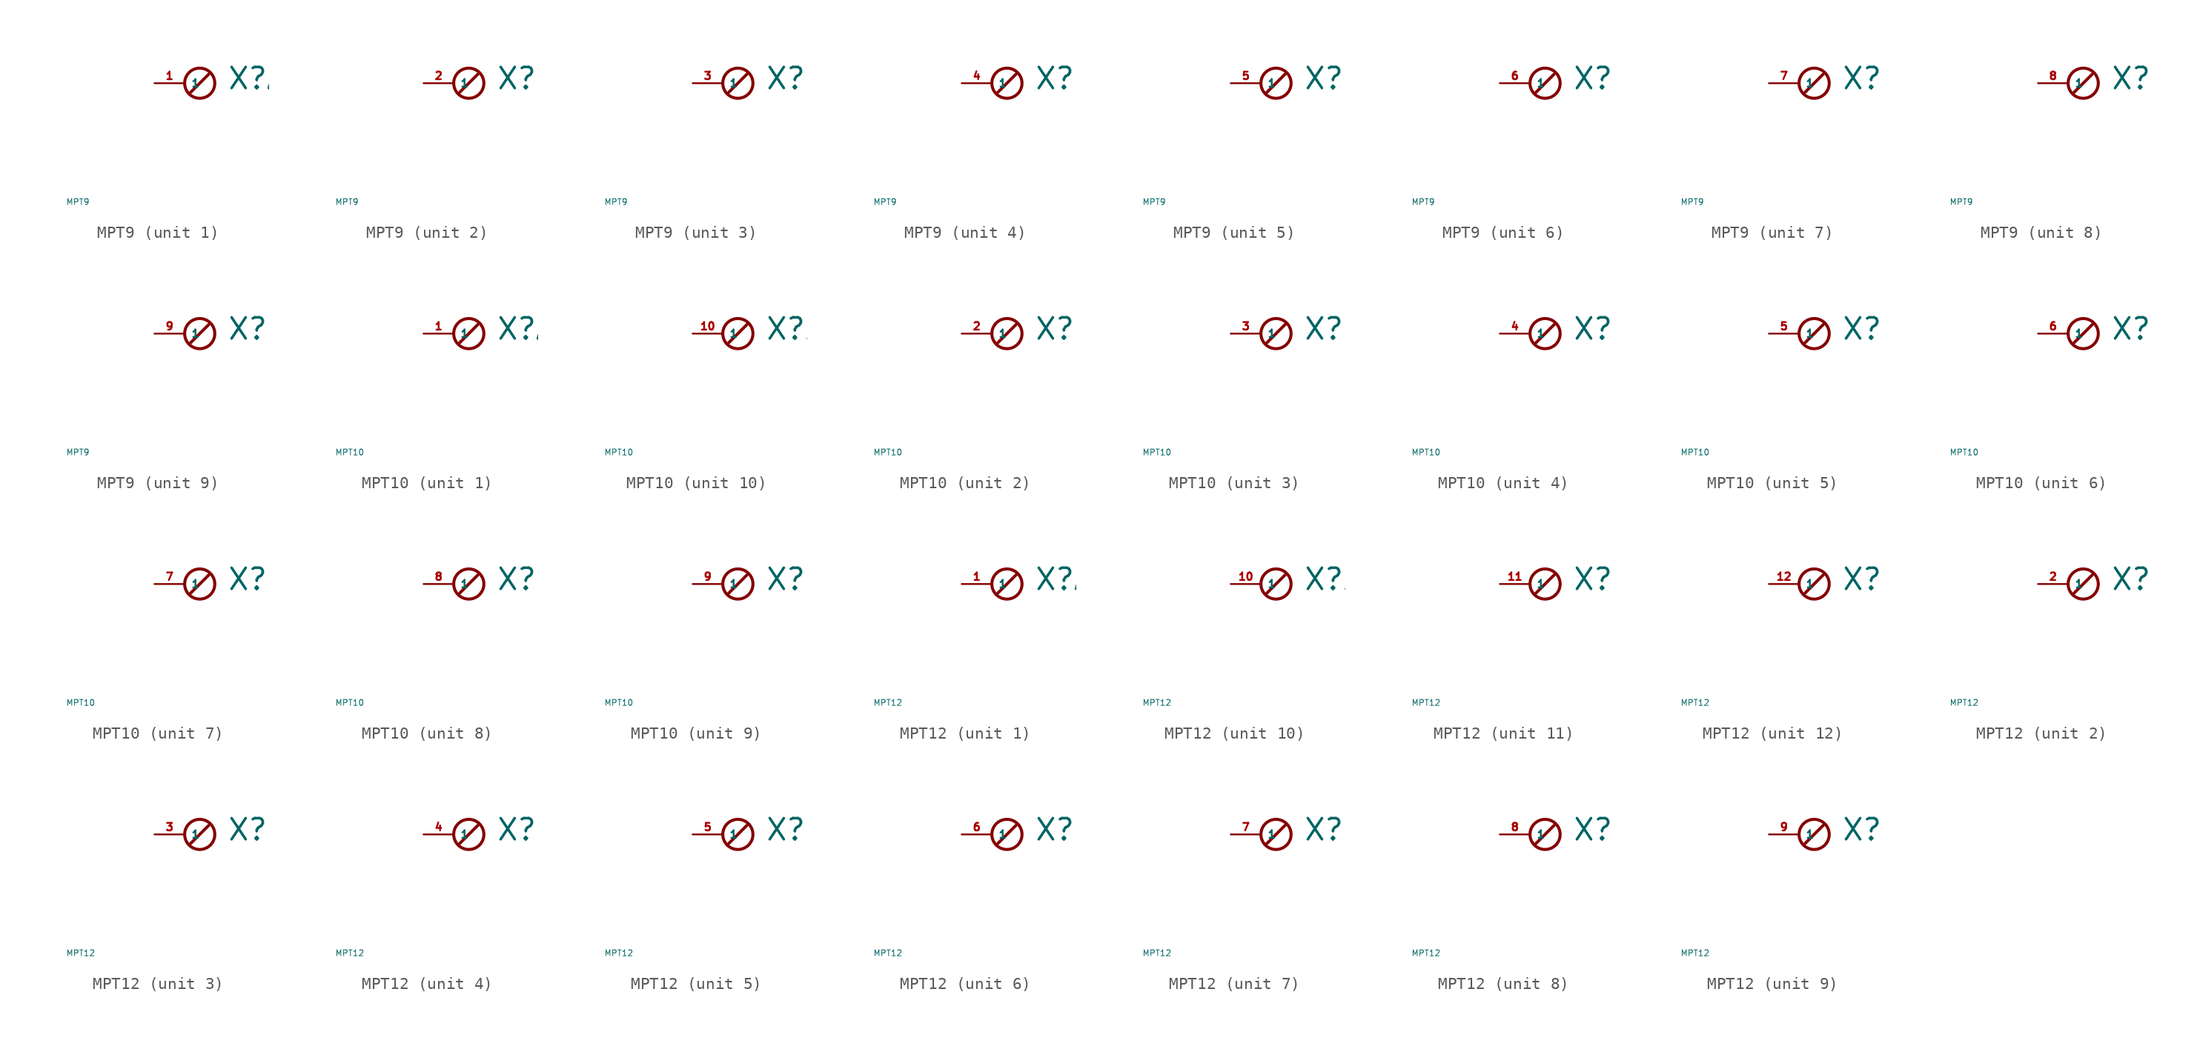
<source format=kicad_sym>
(kicad_symbol_lib
  (version 20220914)
  (generator Eagle2Kicad)
  (symbol "MPT9"
    (property "Reference" "X"
      (at 3.556 -0.635 0)
      (effects (font (size 1.778 1.778) (thickness 0.22)) (justify left bottom)))
    (property "Value" "MPT9"
      (at -10 -10 0)
      (effects (font (size 0.5 0.5) (thickness 0.06)) (justify left)))
    (symbol "MPT9_1_0"
      (polyline (pts (xy 2.032 0.762) (xy 0.508 -0.762)) (stroke (width 0.254) (type default)) (fill (type none)))
      (circle (center 1.27 0) (radius 1.27) (stroke (width 0.254) (type default)) (fill (type none)))
      (pin passive line (at -2.54 0 0) (length 2.54) (name "1" (effects (font (size 0.635 0.635) (thickness 0.08)) (justify left bottom))) (number "1" (effects (font (size 0.635 0.635) (thickness 0.08)) (justify left bottom)))))
    (symbol "MPT9_2_0"
      (polyline (pts (xy 2.032 0.762) (xy 0.508 -0.762)) (stroke (width 0.254) (type default)) (fill (type none)))
      (circle (center 1.27 0) (radius 1.27) (stroke (width 0.254) (type default)) (fill (type none)))
      (pin passive line (at -2.54 0 0) (length 2.54) (name "1" (effects (font (size 0.635 0.635) (thickness 0.08)) (justify left bottom))) (number "2" (effects (font (size 0.635 0.635) (thickness 0.08)) (justify left bottom)))))
    (symbol "MPT9_3_0"
      (polyline (pts (xy 2.032 0.762) (xy 0.508 -0.762)) (stroke (width 0.254) (type default)) (fill (type none)))
      (circle (center 1.27 0) (radius 1.27) (stroke (width 0.254) (type default)) (fill (type none)))
      (pin passive line (at -2.54 0 0) (length 2.54) (name "1" (effects (font (size 0.635 0.635) (thickness 0.08)) (justify left bottom))) (number "3" (effects (font (size 0.635 0.635) (thickness 0.08)) (justify left bottom)))))
    (symbol "MPT9_4_0"
      (polyline (pts (xy 2.032 0.762) (xy 0.508 -0.762)) (stroke (width 0.254) (type default)) (fill (type none)))
      (circle (center 1.27 0) (radius 1.27) (stroke (width 0.254) (type default)) (fill (type none)))
      (pin passive line (at -2.54 0 0) (length 2.54) (name "1" (effects (font (size 0.635 0.635) (thickness 0.08)) (justify left bottom))) (number "4" (effects (font (size 0.635 0.635) (thickness 0.08)) (justify left bottom)))))
    (symbol "MPT9_5_0"
      (polyline (pts (xy 2.032 0.762) (xy 0.508 -0.762)) (stroke (width 0.254) (type default)) (fill (type none)))
      (circle (center 1.27 0) (radius 1.27) (stroke (width 0.254) (type default)) (fill (type none)))
      (pin passive line (at -2.54 0 0) (length 2.54) (name "1" (effects (font (size 0.635 0.635) (thickness 0.08)) (justify left bottom))) (number "5" (effects (font (size 0.635 0.635) (thickness 0.08)) (justify left bottom)))))
    (symbol "MPT9_6_0"
      (polyline (pts (xy 2.032 0.762) (xy 0.508 -0.762)) (stroke (width 0.254) (type default)) (fill (type none)))
      (circle (center 1.27 0) (radius 1.27) (stroke (width 0.254) (type default)) (fill (type none)))
      (pin passive line (at -2.54 0 0) (length 2.54) (name "1" (effects (font (size 0.635 0.635) (thickness 0.08)) (justify left bottom))) (number "6" (effects (font (size 0.635 0.635) (thickness 0.08)) (justify left bottom)))))
    (symbol "MPT9_7_0"
      (polyline (pts (xy 2.032 0.762) (xy 0.508 -0.762)) (stroke (width 0.254) (type default)) (fill (type none)))
      (circle (center 1.27 0) (radius 1.27) (stroke (width 0.254) (type default)) (fill (type none)))
      (pin passive line (at -2.54 0 0) (length 2.54) (name "1" (effects (font (size 0.635 0.635) (thickness 0.08)) (justify left bottom))) (number "7" (effects (font (size 0.635 0.635) (thickness 0.08)) (justify left bottom)))))
    (symbol "MPT9_8_0"
      (polyline (pts (xy 2.032 0.762) (xy 0.508 -0.762)) (stroke (width 0.254) (type default)) (fill (type none)))
      (circle (center 1.27 0) (radius 1.27) (stroke (width 0.254) (type default)) (fill (type none)))
      (pin passive line (at -2.54 0 0) (length 2.54) (name "1" (effects (font (size 0.635 0.635) (thickness 0.08)) (justify left bottom))) (number "8" (effects (font (size 0.635 0.635) (thickness 0.08)) (justify left bottom)))))
    (symbol "MPT9_9_0"
      (polyline (pts (xy 2.032 0.762) (xy 0.508 -0.762)) (stroke (width 0.254) (type default)) (fill (type none)))
      (circle (center 1.27 0) (radius 1.27) (stroke (width 0.254) (type default)) (fill (type none)))
      (pin passive line (at -2.54 0 0) (length 2.54) (name "1" (effects (font (size 0.635 0.635) (thickness 0.08)) (justify left bottom))) (number "9" (effects (font (size 0.635 0.635) (thickness 0.08)) (justify left bottom))))))
  (symbol "MPT10"
    (property "Reference" "X"
      (at 3.556 -0.635 0)
      (effects (font (size 1.778 1.778) (thickness 0.22)) (justify left bottom)))
    (property "Value" "MPT10"
      (at -10 -10 0)
      (effects (font (size 0.5 0.5) (thickness 0.06)) (justify left)))
    (symbol "MPT10_1_0"
      (polyline (pts (xy 2.032 0.762) (xy 0.508 -0.762)) (stroke (width 0.254) (type default)) (fill (type none)))
      (circle (center 1.27 0) (radius 1.27) (stroke (width 0.254) (type default)) (fill (type none)))
      (pin passive line (at -2.54 0 0) (length 2.54) (name "1" (effects (font (size 0.635 0.635) (thickness 0.08)) (justify left bottom))) (number "1" (effects (font (size 0.635 0.635) (thickness 0.08)) (justify left bottom)))))
    (symbol "MPT10_2_0"
      (polyline (pts (xy 2.032 0.762) (xy 0.508 -0.762)) (stroke (width 0.254) (type default)) (fill (type none)))
      (circle (center 1.27 0) (radius 1.27) (stroke (width 0.254) (type default)) (fill (type none)))
      (pin passive line (at -2.54 0 0) (length 2.54) (name "1" (effects (font (size 0.635 0.635) (thickness 0.08)) (justify left bottom))) (number "2" (effects (font (size 0.635 0.635) (thickness 0.08)) (justify left bottom)))))
    (symbol "MPT10_3_0"
      (polyline (pts (xy 2.032 0.762) (xy 0.508 -0.762)) (stroke (width 0.254) (type default)) (fill (type none)))
      (circle (center 1.27 0) (radius 1.27) (stroke (width 0.254) (type default)) (fill (type none)))
      (pin passive line (at -2.54 0 0) (length 2.54) (name "1" (effects (font (size 0.635 0.635) (thickness 0.08)) (justify left bottom))) (number "3" (effects (font (size 0.635 0.635) (thickness 0.08)) (justify left bottom)))))
    (symbol "MPT10_4_0"
      (polyline (pts (xy 2.032 0.762) (xy 0.508 -0.762)) (stroke (width 0.254) (type default)) (fill (type none)))
      (circle (center 1.27 0) (radius 1.27) (stroke (width 0.254) (type default)) (fill (type none)))
      (pin passive line (at -2.54 0 0) (length 2.54) (name "1" (effects (font (size 0.635 0.635) (thickness 0.08)) (justify left bottom))) (number "4" (effects (font (size 0.635 0.635) (thickness 0.08)) (justify left bottom)))))
    (symbol "MPT10_5_0"
      (polyline (pts (xy 2.032 0.762) (xy 0.508 -0.762)) (stroke (width 0.254) (type default)) (fill (type none)))
      (circle (center 1.27 0) (radius 1.27) (stroke (width 0.254) (type default)) (fill (type none)))
      (pin passive line (at -2.54 0 0) (length 2.54) (name "1" (effects (font (size 0.635 0.635) (thickness 0.08)) (justify left bottom))) (number "5" (effects (font (size 0.635 0.635) (thickness 0.08)) (justify left bottom)))))
    (symbol "MPT10_6_0"
      (polyline (pts (xy 2.032 0.762) (xy 0.508 -0.762)) (stroke (width 0.254) (type default)) (fill (type none)))
      (circle (center 1.27 0) (radius 1.27) (stroke (width 0.254) (type default)) (fill (type none)))
      (pin passive line (at -2.54 0 0) (length 2.54) (name "1" (effects (font (size 0.635 0.635) (thickness 0.08)) (justify left bottom))) (number "6" (effects (font (size 0.635 0.635) (thickness 0.08)) (justify left bottom)))))
    (symbol "MPT10_7_0"
      (polyline (pts (xy 2.032 0.762) (xy 0.508 -0.762)) (stroke (width 0.254) (type default)) (fill (type none)))
      (circle (center 1.27 0) (radius 1.27) (stroke (width 0.254) (type default)) (fill (type none)))
      (pin passive line (at -2.54 0 0) (length 2.54) (name "1" (effects (font (size 0.635 0.635) (thickness 0.08)) (justify left bottom))) (number "7" (effects (font (size 0.635 0.635) (thickness 0.08)) (justify left bottom)))))
    (symbol "MPT10_8_0"
      (polyline (pts (xy 2.032 0.762) (xy 0.508 -0.762)) (stroke (width 0.254) (type default)) (fill (type none)))
      (circle (center 1.27 0) (radius 1.27) (stroke (width 0.254) (type default)) (fill (type none)))
      (pin passive line (at -2.54 0 0) (length 2.54) (name "1" (effects (font (size 0.635 0.635) (thickness 0.08)) (justify left bottom))) (number "8" (effects (font (size 0.635 0.635) (thickness 0.08)) (justify left bottom)))))
    (symbol "MPT10_9_0"
      (polyline (pts (xy 2.032 0.762) (xy 0.508 -0.762)) (stroke (width 0.254) (type default)) (fill (type none)))
      (circle (center 1.27 0) (radius 1.27) (stroke (width 0.254) (type default)) (fill (type none)))
      (pin passive line (at -2.54 0 0) (length 2.54) (name "1" (effects (font (size 0.635 0.635) (thickness 0.08)) (justify left bottom))) (number "9" (effects (font (size 0.635 0.635) (thickness 0.08)) (justify left bottom)))))
    (symbol "MPT10_10_0"
      (polyline (pts (xy 2.032 0.762) (xy 0.508 -0.762)) (stroke (width 0.254) (type default)) (fill (type none)))
      (circle (center 1.27 0) (radius 1.27) (stroke (width 0.254) (type default)) (fill (type none)))
      (pin passive line (at -2.54 0 0) (length 2.54) (name "1" (effects (font (size 0.635 0.635) (thickness 0.08)) (justify left bottom))) (number "10" (effects (font (size 0.635 0.635) (thickness 0.08)) (justify left bottom))))))
  (symbol "MPT12"
    (property "Reference" "X"
      (at 3.556 -0.635 0)
      (effects (font (size 1.778 1.778) (thickness 0.22)) (justify left bottom)))
    (property "Value" "MPT12"
      (at -10 -10 0)
      (effects (font (size 0.5 0.5) (thickness 0.06)) (justify left)))
    (symbol "MPT12_1_0"
      (polyline (pts (xy 2.032 0.762) (xy 0.508 -0.762)) (stroke (width 0.254) (type default)) (fill (type none)))
      (circle (center 1.27 0) (radius 1.27) (stroke (width 0.254) (type default)) (fill (type none)))
      (pin passive line (at -2.54 0 0) (length 2.54) (name "1" (effects (font (size 0.635 0.635) (thickness 0.08)) (justify left bottom))) (number "1" (effects (font (size 0.635 0.635) (thickness 0.08)) (justify left bottom)))))
    (symbol "MPT12_2_0"
      (polyline (pts (xy 2.032 0.762) (xy 0.508 -0.762)) (stroke (width 0.254) (type default)) (fill (type none)))
      (circle (center 1.27 0) (radius 1.27) (stroke (width 0.254) (type default)) (fill (type none)))
      (pin passive line (at -2.54 0 0) (length 2.54) (name "1" (effects (font (size 0.635 0.635) (thickness 0.08)) (justify left bottom))) (number "2" (effects (font (size 0.635 0.635) (thickness 0.08)) (justify left bottom)))))
    (symbol "MPT12_3_0"
      (polyline (pts (xy 2.032 0.762) (xy 0.508 -0.762)) (stroke (width 0.254) (type default)) (fill (type none)))
      (circle (center 1.27 0) (radius 1.27) (stroke (width 0.254) (type default)) (fill (type none)))
      (pin passive line (at -2.54 0 0) (length 2.54) (name "1" (effects (font (size 0.635 0.635) (thickness 0.08)) (justify left bottom))) (number "3" (effects (font (size 0.635 0.635) (thickness 0.08)) (justify left bottom)))))
    (symbol "MPT12_4_0"
      (polyline (pts (xy 2.032 0.762) (xy 0.508 -0.762)) (stroke (width 0.254) (type default)) (fill (type none)))
      (circle (center 1.27 0) (radius 1.27) (stroke (width 0.254) (type default)) (fill (type none)))
      (pin passive line (at -2.54 0 0) (length 2.54) (name "1" (effects (font (size 0.635 0.635) (thickness 0.08)) (justify left bottom))) (number "4" (effects (font (size 0.635 0.635) (thickness 0.08)) (justify left bottom)))))
    (symbol "MPT12_5_0"
      (polyline (pts (xy 2.032 0.762) (xy 0.508 -0.762)) (stroke (width 0.254) (type default)) (fill (type none)))
      (circle (center 1.27 0) (radius 1.27) (stroke (width 0.254) (type default)) (fill (type none)))
      (pin passive line (at -2.54 0 0) (length 2.54) (name "1" (effects (font (size 0.635 0.635) (thickness 0.08)) (justify left bottom))) (number "5" (effects (font (size 0.635 0.635) (thickness 0.08)) (justify left bottom)))))
    (symbol "MPT12_6_0"
      (polyline (pts (xy 2.032 0.762) (xy 0.508 -0.762)) (stroke (width 0.254) (type default)) (fill (type none)))
      (circle (center 1.27 0) (radius 1.27) (stroke (width 0.254) (type default)) (fill (type none)))
      (pin passive line (at -2.54 0 0) (length 2.54) (name "1" (effects (font (size 0.635 0.635) (thickness 0.08)) (justify left bottom))) (number "6" (effects (font (size 0.635 0.635) (thickness 0.08)) (justify left bottom)))))
    (symbol "MPT12_7_0"
      (polyline (pts (xy 2.032 0.762) (xy 0.508 -0.762)) (stroke (width 0.254) (type default)) (fill (type none)))
      (circle (center 1.27 0) (radius 1.27) (stroke (width 0.254) (type default)) (fill (type none)))
      (pin passive line (at -2.54 0 0) (length 2.54) (name "1" (effects (font (size 0.635 0.635) (thickness 0.08)) (justify left bottom))) (number "7" (effects (font (size 0.635 0.635) (thickness 0.08)) (justify left bottom)))))
    (symbol "MPT12_8_0"
      (polyline (pts (xy 2.032 0.762) (xy 0.508 -0.762)) (stroke (width 0.254) (type default)) (fill (type none)))
      (circle (center 1.27 0) (radius 1.27) (stroke (width 0.254) (type default)) (fill (type none)))
      (pin passive line (at -2.54 0 0) (length 2.54) (name "1" (effects (font (size 0.635 0.635) (thickness 0.08)) (justify left bottom))) (number "8" (effects (font (size 0.635 0.635) (thickness 0.08)) (justify left bottom)))))
    (symbol "MPT12_9_0"
      (polyline (pts (xy 2.032 0.762) (xy 0.508 -0.762)) (stroke (width 0.254) (type default)) (fill (type none)))
      (circle (center 1.27 0) (radius 1.27) (stroke (width 0.254) (type default)) (fill (type none)))
      (pin passive line (at -2.54 0 0) (length 2.54) (name "1" (effects (font (size 0.635 0.635) (thickness 0.08)) (justify left bottom))) (number "9" (effects (font (size 0.635 0.635) (thickness 0.08)) (justify left bottom)))))
    (symbol "MPT12_10_0"
      (polyline (pts (xy 2.032 0.762) (xy 0.508 -0.762)) (stroke (width 0.254) (type default)) (fill (type none)))
      (circle (center 1.27 0) (radius 1.27) (stroke (width 0.254) (type default)) (fill (type none)))
      (pin passive line (at -2.54 0 0) (length 2.54) (name "1" (effects (font (size 0.635 0.635) (thickness 0.08)) (justify left bottom))) (number "10" (effects (font (size 0.635 0.635) (thickness 0.08)) (justify left bottom)))))
    (symbol "MPT12_11_0"
      (polyline (pts (xy 2.032 0.762) (xy 0.508 -0.762)) (stroke (width 0.254) (type default)) (fill (type none)))
      (circle (center 1.27 0) (radius 1.27) (stroke (width 0.254) (type default)) (fill (type none)))
      (pin passive line (at -2.54 0 0) (length 2.54) (name "1" (effects (font (size 0.635 0.635) (thickness 0.08)) (justify left bottom))) (number "11" (effects (font (size 0.635 0.635) (thickness 0.08)) (justify left bottom)))))
    (symbol "MPT12_12_0"
      (polyline (pts (xy 2.032 0.762) (xy 0.508 -0.762)) (stroke (width 0.254) (type default)) (fill (type none)))
      (circle (center 1.27 0) (radius 1.27) (stroke (width 0.254) (type default)) (fill (type none)))
      (pin passive line (at -2.54 0 0) (length 2.54) (name "1" (effects (font (size 0.635 0.635) (thickness 0.08)) (justify left bottom))) (number "12" (effects (font (size 0.635 0.635) (thickness 0.08)) (justify left bottom)))))))
</source>
